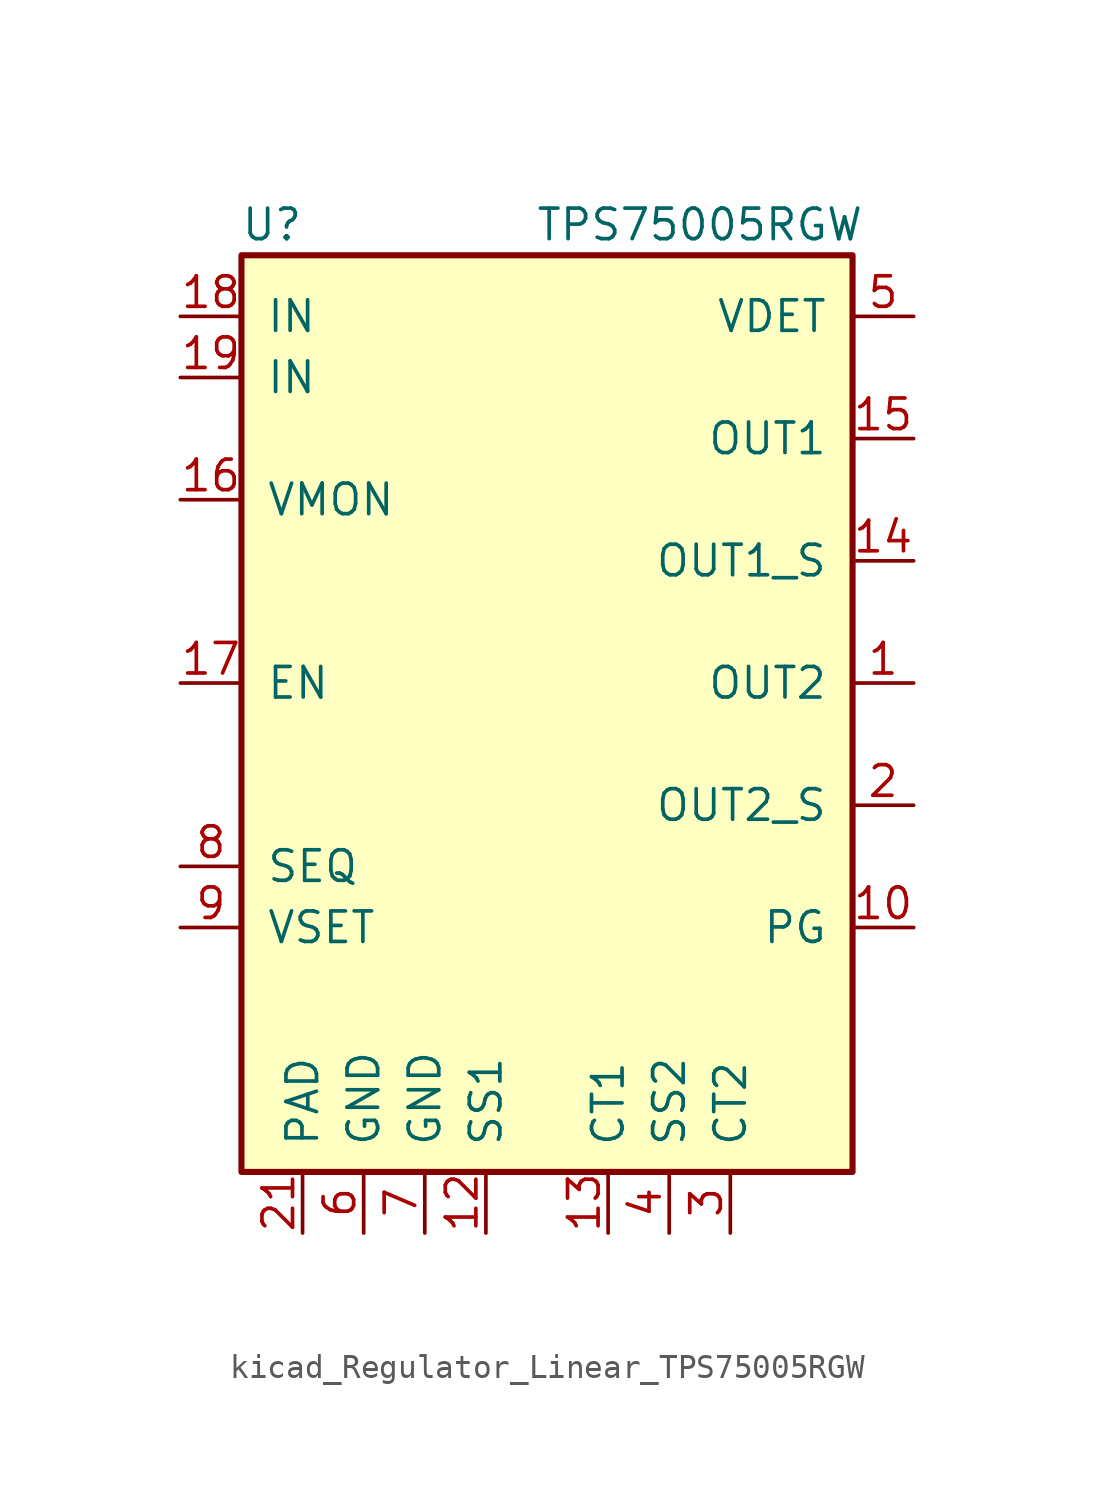
<source format=kicad_sym>
(kicad_symbol_lib
  (version 20220914)
  (generator kicad_symbol_editor)
  (symbol "kicad_Regulator_Linear_TPS75005RGW"
    (pin_names
      (offset 1.016))
    (property "Reference" "U"
      (at -11.43 19.05 0)
      (effects (font (size 1.27 1.27))))
    (property "Value" "TPS75005RGW"
      (at 6.35 19.05 0)
      (effects (font (size 1.27 1.27))))
    (symbol "kicad_Regulator_Linear_TPS75005RGW_0_1"
      (rectangle (start -12.7 17.78) (end 12.7 -20.32) (stroke (width 0.254) (type default)) (fill (type background))))
    (symbol "kicad_Regulator_Linear_TPS75005RGW_1_1"
      (pin power_out line (at 15.24 0 180) (length 2.54) (name "OUT2" (effects (font (size 1.27 1.27)))) (number "1" (effects (font (size 1.27 1.27)))))
      (pin output line (at 15.24 -10.16 180) (length 2.54) (name "PG" (effects (font (size 1.27 1.27)))) (number "10" (effects (font (size 1.27 1.27)))))
      (pin no_connect line (at -12.7 -5.08 0) (length 2.54) hide (name "TEST" (effects (font (size 1.27 1.27)))) (number "11" (effects (font (size 1.27 1.27)))))
      (pin input line (at -2.54 -22.86 90) (length 2.54) (name "SS1" (effects (font (size 1.27 1.27)))) (number "12" (effects (font (size 1.27 1.27)))))
      (pin passive line (at 2.54 -22.86 90) (length 2.54) (name "CT1" (effects (font (size 1.27 1.27)))) (number "13" (effects (font (size 1.27 1.27)))))
      (pin input line (at 15.24 5.08 180) (length 2.54) (name "OUT1_S" (effects (font (size 1.27 1.27)))) (number "14" (effects (font (size 1.27 1.27)))))
      (pin power_out line (at 15.24 10.16 180) (length 2.54) (name "OUT1" (effects (font (size 1.27 1.27)))) (number "15" (effects (font (size 1.27 1.27)))))
      (pin input line (at -15.24 7.62 0) (length 2.54) (name "VMON" (effects (font (size 1.27 1.27)))) (number "16" (effects (font (size 1.27 1.27)))))
      (pin input line (at -15.24 0 0) (length 2.54) (name "EN" (effects (font (size 1.27 1.27)))) (number "17" (effects (font (size 1.27 1.27)))))
      (pin power_in line (at -15.24 15.24 0) (length 2.54) (name "IN" (effects (font (size 1.27 1.27)))) (number "18" (effects (font (size 1.27 1.27)))))
      (pin power_in line (at -15.24 12.7 0) (length 2.54) (name "IN" (effects (font (size 1.27 1.27)))) (number "19" (effects (font (size 1.27 1.27)))))
      (pin input line (at 15.24 -5.08 180) (length 2.54) (name "OUT2_S" (effects (font (size 1.27 1.27)))) (number "2" (effects (font (size 1.27 1.27)))))
      (pin no_connect line (at -12.7 -2.54 0) (length 2.54) hide (name "NC" (effects (font (size 1.27 1.27)))) (number "20" (effects (font (size 1.27 1.27)))))
      (pin power_in line (at -10.16 -22.86 90) (length 2.54) (name "PAD" (effects (font (size 1.27 1.27)))) (number "21" (effects (font (size 1.27 1.27)))))
      (pin passive line (at 7.62 -22.86 90) (length 2.54) (name "CT2" (effects (font (size 1.27 1.27)))) (number "3" (effects (font (size 1.27 1.27)))))
      (pin input line (at 5.08 -22.86 90) (length 2.54) (name "SS2" (effects (font (size 1.27 1.27)))) (number "4" (effects (font (size 1.27 1.27)))))
      (pin output line (at 15.24 15.24 180) (length 2.54) (name "VDET" (effects (font (size 1.27 1.27)))) (number "5" (effects (font (size 1.27 1.27)))))
      (pin power_in line (at -7.62 -22.86 90) (length 2.54) (name "GND" (effects (font (size 1.27 1.27)))) (number "6" (effects (font (size 1.27 1.27)))))
      (pin power_in line (at -5.08 -22.86 90) (length 2.54) (name "GND" (effects (font (size 1.27 1.27)))) (number "7" (effects (font (size 1.27 1.27)))))
      (pin input line (at -15.24 -7.62 0) (length 2.54) (name "SEQ" (effects (font (size 1.27 1.27)))) (number "8" (effects (font (size 1.27 1.27)))))
      (pin input line (at -15.24 -10.16 0) (length 2.54) (name "VSET" (effects (font (size 1.27 1.27)))) (number "9" (effects (font (size 1.27 1.27))))))))
</source>
